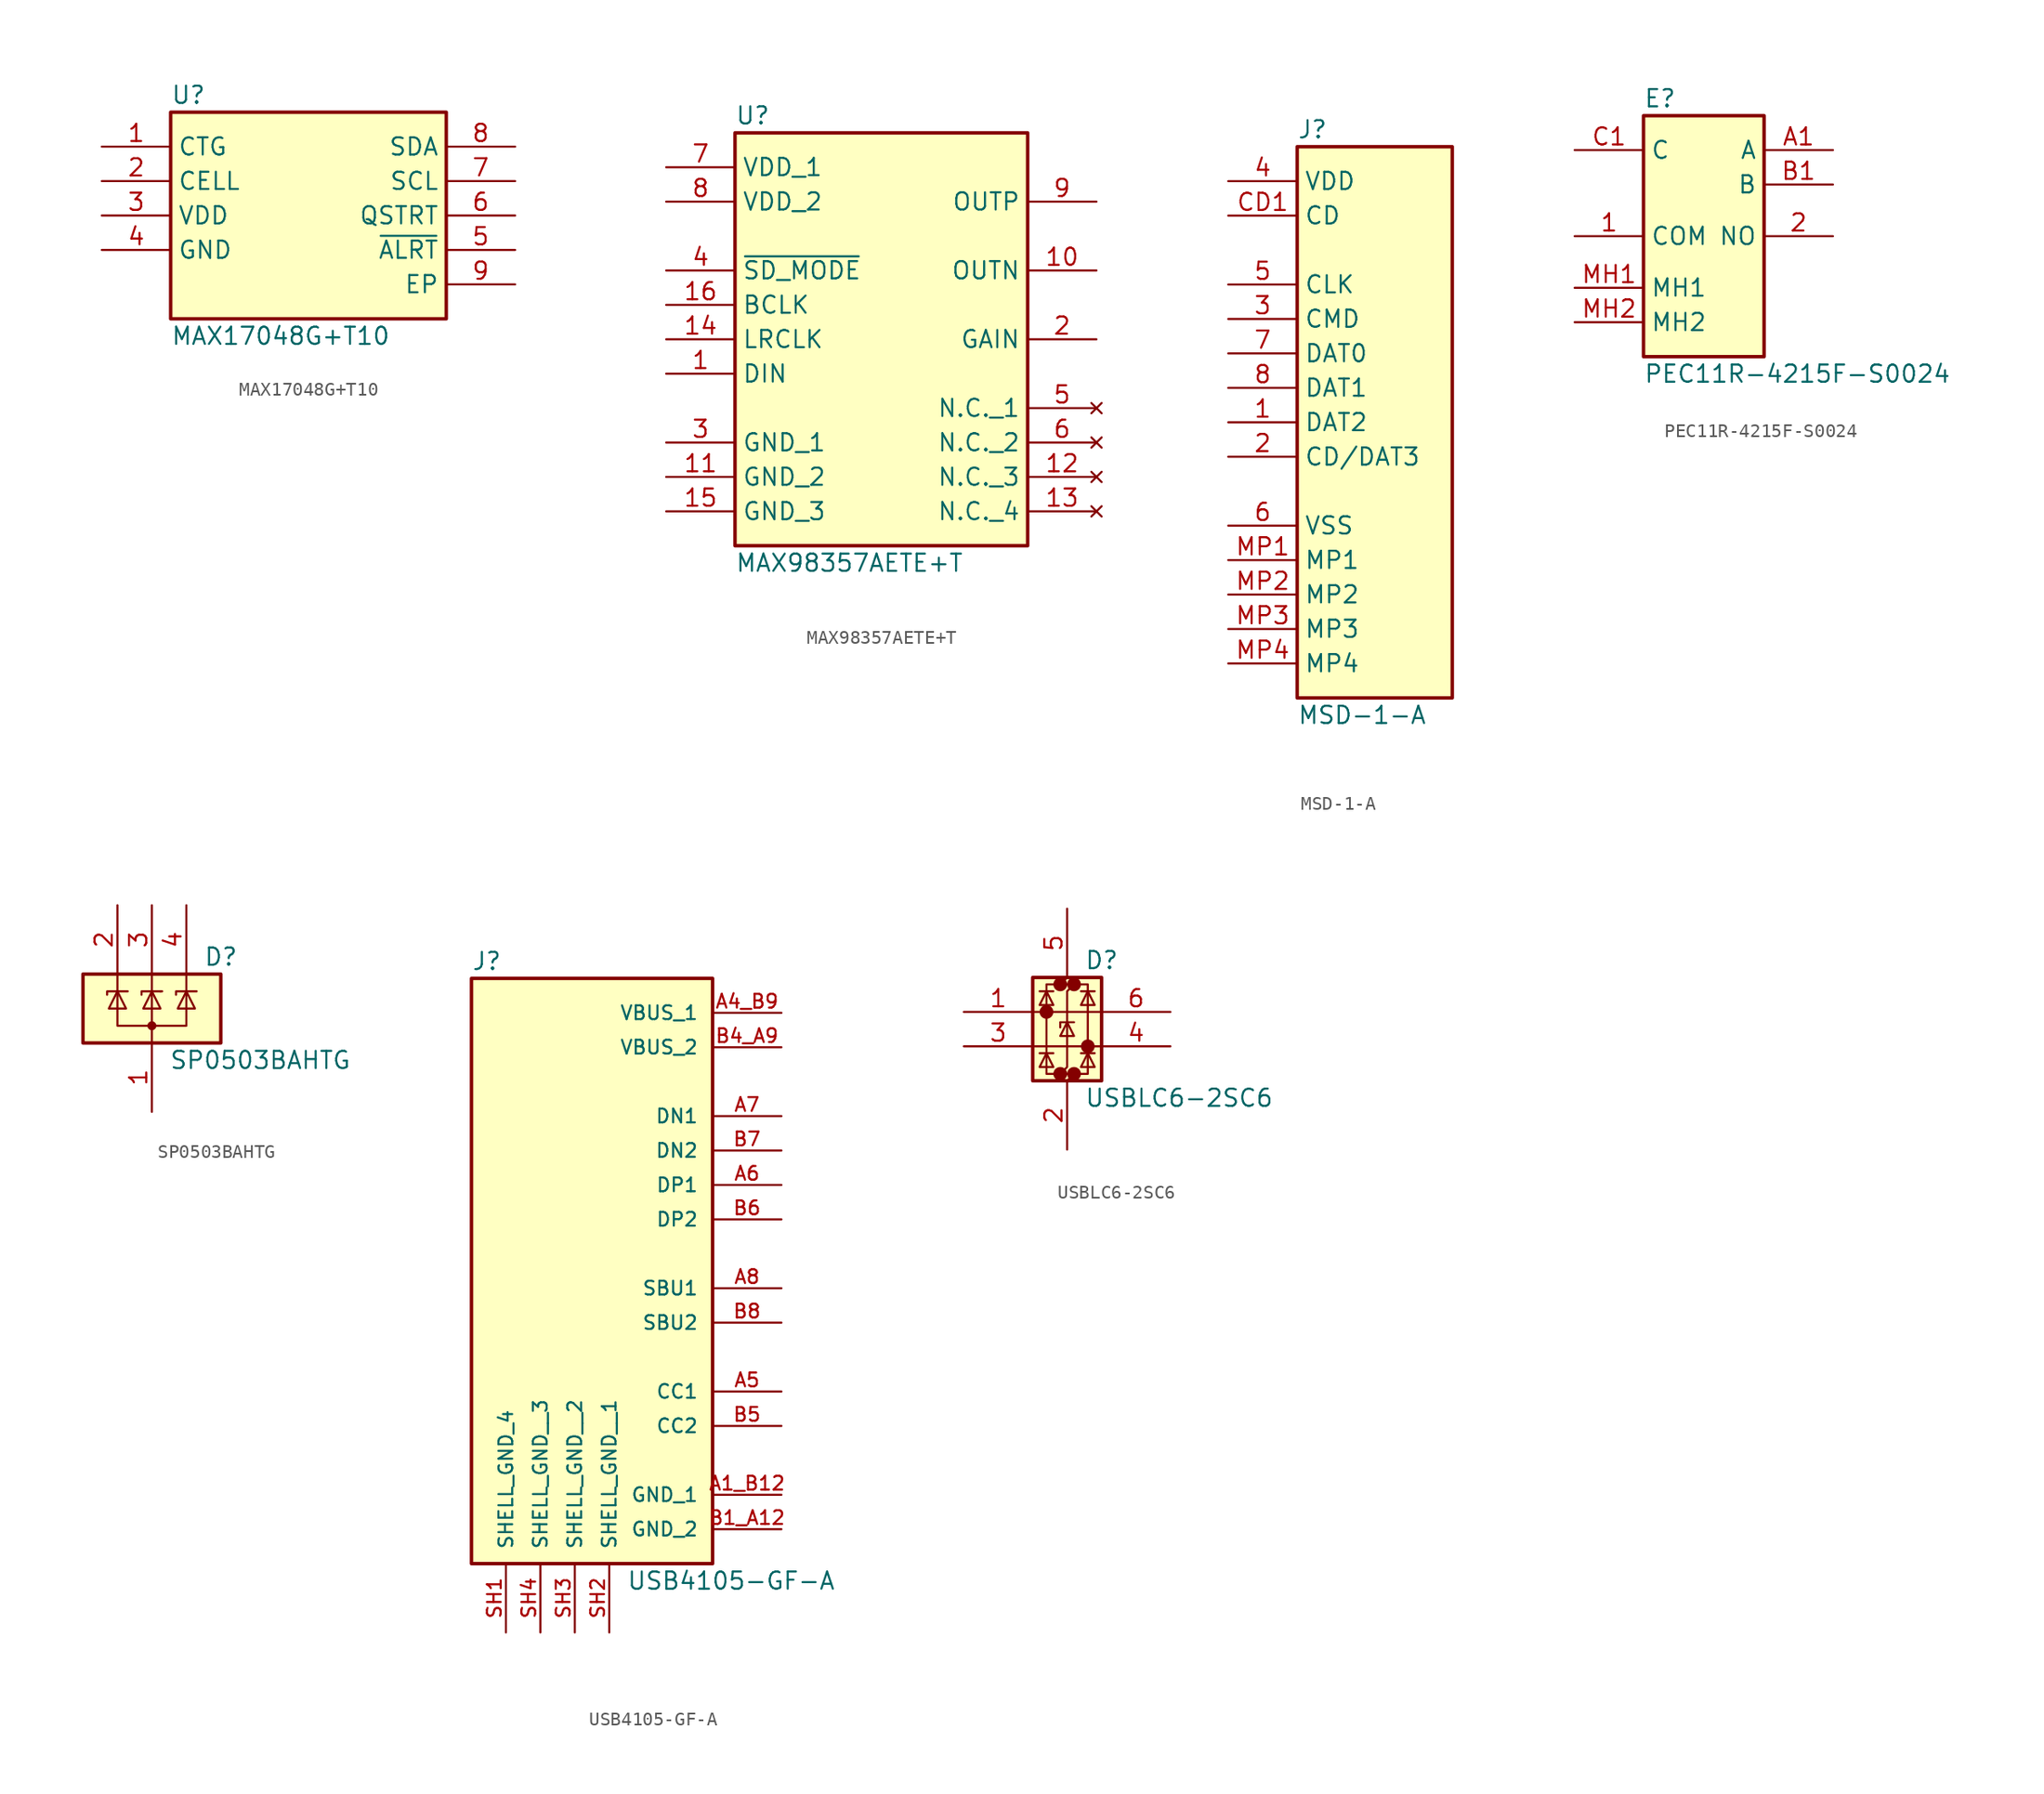
<source format=kicad_sym>
(kicad_symbol_lib
  (version 20231120)
  (generator "kicad_symbol_editor")
  (generator_version "8.0")
  (symbol "MAX17048G+T10"
    (property "Reference" "U"
      (at 0 1.27 0)
      (do_not_autoplace)
      (effects (font (size 1.27 1.27)) (justify left)))
    (property "Value" "MAX17048G+T10"
      (at 0 -16.51 0)
      (do_not_autoplace)
      (effects (font (size 1.27 1.27)) (justify left)))
    (symbol "MAX17048G+T10_1_1"
      (rectangle (start 0 0) (end 20.32 -15.24) (stroke (width 0.254) (type default)) (fill (type background)))
      (pin unspecified line (at -5.08 -2.54 0) (length 5.08) (name "CTG" (effects (font (size 1.27 1.27)))) (number "1" (effects (font (size 1.27 1.27)))))
      (pin unspecified line (at -5.08 -5.08 0) (length 5.08) (name "CELL" (effects (font (size 1.27 1.27)))) (number "2" (effects (font (size 1.27 1.27)))))
      (pin unspecified line (at -5.08 -7.62 0) (length 5.08) (name "VDD" (effects (font (size 1.27 1.27)))) (number "3" (effects (font (size 1.27 1.27)))))
      (pin unspecified line (at -5.08 -10.16 0) (length 5.08) (name "GND" (effects (font (size 1.27 1.27)))) (number "4" (effects (font (size 1.27 1.27)))))
      (pin unspecified line (at 25.4 -10.16 180) (length 5.08) (name "~{ALRT}" (effects (font (size 1.27 1.27)))) (number "5" (effects (font (size 1.27 1.27)))))
      (pin unspecified line (at 25.4 -7.62 180) (length 5.08) (name "QSTRT" (effects (font (size 1.27 1.27)))) (number "6" (effects (font (size 1.27 1.27)))))
      (pin unspecified line (at 25.4 -5.08 180) (length 5.08) (name "SCL" (effects (font (size 1.27 1.27)))) (number "7" (effects (font (size 1.27 1.27)))))
      (pin unspecified line (at 25.4 -2.54 180) (length 5.08) (name "SDA" (effects (font (size 1.27 1.27)))) (number "8" (effects (font (size 1.27 1.27)))))
      (pin unspecified line (at 25.4 -12.7 180) (length 5.08) (name "EP" (effects (font (size 1.27 1.27)))) (number "9" (effects (font (size 1.27 1.27)))))))
  (symbol "MAX98357AETE+T"
    (property "Reference" "U"
      (at 0 1.27 0)
      (do_not_autoplace)
      (effects (font (size 1.27 1.27)) (justify left)))
    (property "Value" "MAX98357AETE+T"
      (at 0 -31.75 0)
      (do_not_autoplace)
      (effects (font (size 1.27 1.27)) (justify left)))
    (symbol "MAX98357AETE+T_1_1"
      (rectangle (start 0 0) (end 21.59 -30.48) (stroke (width 0.254) (type default)) (fill (type background)))
      (pin unspecified line (at -5.08 -17.78 0) (length 5.08) (name "DIN" (effects (font (size 1.27 1.27)))) (number "1" (effects (font (size 1.27 1.27)))))
      (pin unspecified line (at 26.67 -10.16 180) (length 5.08) (name "OUTN" (effects (font (size 1.27 1.27)))) (number "10" (effects (font (size 1.27 1.27)))))
      (pin unspecified line (at -5.08 -25.4 0) (length 5.08) (name "GND_2" (effects (font (size 1.27 1.27)))) (number "11" (effects (font (size 1.27 1.27)))))
      (pin no_connect line (at 26.67 -25.4 180) (length 5.08) (name "N.C._3" (effects (font (size 1.27 1.27)))) (number "12" (effects (font (size 1.27 1.27)))))
      (pin no_connect line (at 26.67 -27.94 180) (length 5.08) (name "N.C._4" (effects (font (size 1.27 1.27)))) (number "13" (effects (font (size 1.27 1.27)))))
      (pin unspecified line (at -5.08 -15.24 0) (length 5.08) (name "LRCLK" (effects (font (size 1.27 1.27)))) (number "14" (effects (font (size 1.27 1.27)))))
      (pin unspecified line (at -5.08 -27.94 0) (length 5.08) (name "GND_3" (effects (font (size 1.27 1.27)))) (number "15" (effects (font (size 1.27 1.27)))))
      (pin unspecified line (at -5.08 -12.7 0) (length 5.08) (name "BCLK" (effects (font (size 1.27 1.27)))) (number "16" (effects (font (size 1.27 1.27)))))
      (pin unspecified line (at 26.67 -15.24 180) (length 5.08) (name "GAIN" (effects (font (size 1.27 1.27)))) (number "2" (effects (font (size 1.27 1.27)))))
      (pin unspecified line (at -5.08 -22.86 0) (length 5.08) (name "GND_1" (effects (font (size 1.27 1.27)))) (number "3" (effects (font (size 1.27 1.27)))))
      (pin unspecified line (at -5.08 -10.16 0) (length 5.08) (name "~{SD_MODE}" (effects (font (size 1.27 1.27)))) (number "4" (effects (font (size 1.27 1.27)))))
      (pin no_connect line (at 26.67 -20.32 180) (length 5.08) (name "N.C._1" (effects (font (size 1.27 1.27)))) (number "5" (effects (font (size 1.27 1.27)))))
      (pin no_connect line (at 26.67 -22.86 180) (length 5.08) (name "N.C._2" (effects (font (size 1.27 1.27)))) (number "6" (effects (font (size 1.27 1.27)))))
      (pin unspecified line (at -5.08 -2.54 0) (length 5.08) (name "VDD_1" (effects (font (size 1.27 1.27)))) (number "7" (effects (font (size 1.27 1.27)))))
      (pin unspecified line (at -5.08 -5.08 0) (length 5.08) (name "VDD_2" (effects (font (size 1.27 1.27)))) (number "8" (effects (font (size 1.27 1.27)))))
      (pin unspecified line (at 26.67 -5.08 180) (length 5.08) (name "OUTP" (effects (font (size 1.27 1.27)))) (number "9" (effects (font (size 1.27 1.27)))))))
  (symbol "MSD-1-A"
    (property "Reference" "J"
      (at 0 1.27 0)
      (do_not_autoplace)
      (effects (font (size 1.27 1.27)) (justify left)))
    (property "Value" "MSD-1-A"
      (at 0 -41.91 0)
      (do_not_autoplace)
      (effects (font (size 1.27 1.27)) (justify left)))
    (symbol "MSD-1-A_1_1"
      (rectangle (start 0 0) (end 11.43 -40.64) (stroke (width 0.254) (type default)) (fill (type background)))
      (pin unspecified line (at -5.08 -20.32 0) (length 5.08) (name "DAT2" (effects (font (size 1.27 1.27)))) (number "1" (effects (font (size 1.27 1.27)))))
      (pin unspecified line (at -5.08 -22.86 0) (length 5.08) (name "CD/DAT3" (effects (font (size 1.27 1.27)))) (number "2" (effects (font (size 1.27 1.27)))))
      (pin unspecified line (at -5.08 -12.7 0) (length 5.08) (name "CMD" (effects (font (size 1.27 1.27)))) (number "3" (effects (font (size 1.27 1.27)))))
      (pin unspecified line (at -5.08 -2.54 0) (length 5.08) (name "VDD" (effects (font (size 1.27 1.27)))) (number "4" (effects (font (size 1.27 1.27)))))
      (pin unspecified line (at -5.08 -10.16 0) (length 5.08) (name "CLK" (effects (font (size 1.27 1.27)))) (number "5" (effects (font (size 1.27 1.27)))))
      (pin unspecified line (at -5.08 -27.94 0) (length 5.08) (name "VSS" (effects (font (size 1.27 1.27)))) (number "6" (effects (font (size 1.27 1.27)))))
      (pin unspecified line (at -5.08 -15.24 0) (length 5.08) (name "DAT0" (effects (font (size 1.27 1.27)))) (number "7" (effects (font (size 1.27 1.27)))))
      (pin unspecified line (at -5.08 -17.78 0) (length 5.08) (name "DAT1" (effects (font (size 1.27 1.27)))) (number "8" (effects (font (size 1.27 1.27)))))
      (pin unspecified line (at -5.08 -5.08 0) (length 5.08) (name "CD" (effects (font (size 1.27 1.27)))) (number "CD1" (effects (font (size 1.27 1.27)))))
      (pin unspecified line (at -5.08 -30.48 0) (length 5.08) (name "MP1" (effects (font (size 1.27 1.27)))) (number "MP1" (effects (font (size 1.27 1.27)))))
      (pin unspecified line (at -5.08 -33.02 0) (length 5.08) (name "MP2" (effects (font (size 1.27 1.27)))) (number "MP2" (effects (font (size 1.27 1.27)))))
      (pin unspecified line (at -5.08 -35.56 0) (length 5.08) (name "MP3" (effects (font (size 1.27 1.27)))) (number "MP3" (effects (font (size 1.27 1.27)))))
      (pin unspecified line (at -5.08 -38.1 0) (length 5.08) (name "MP4" (effects (font (size 1.27 1.27)))) (number "MP4" (effects (font (size 1.27 1.27)))))))
  (symbol "PEC11R-4215F-S0024"
    (property "Reference" "E"
      (at 0 1.27 0)
      (do_not_autoplace)
      (effects (font (size 1.27 1.27)) (justify left)))
    (property "Value" "PEC11R-4215F-S0024"
      (at 0 -19.05 0)
      (do_not_autoplace)
      (effects (font (size 1.27 1.27)) (justify left)))
    (symbol "PEC11R-4215F-S0024_1_1"
      (rectangle (start 0 0) (end 8.89 -17.78) (stroke (width 0.254) (type default)) (fill (type background)))
      (pin unspecified line (at -5.08 -8.89 0) (length 5.08) (name "COM" (effects (font (size 1.27 1.27)))) (number "1" (effects (font (size 1.27 1.27)))))
      (pin unspecified line (at 13.97 -8.89 180) (length 5.08) (name "NO" (effects (font (size 1.27 1.27)))) (number "2" (effects (font (size 1.27 1.27)))))
      (pin unspecified line (at 13.97 -2.54 180) (length 5.08) (name "A" (effects (font (size 1.27 1.27)))) (number "A1" (effects (font (size 1.27 1.27)))))
      (pin unspecified line (at 13.97 -5.08 180) (length 5.08) (name "B" (effects (font (size 1.27 1.27)))) (number "B1" (effects (font (size 1.27 1.27)))))
      (pin unspecified line (at -5.08 -2.54 0) (length 5.08) (name "C" (effects (font (size 1.27 1.27)))) (number "C1" (effects (font (size 1.27 1.27)))))
      (pin unspecified line (at -5.08 -12.7 0) (length 5.08) (name "MH1" (effects (font (size 1.27 1.27)))) (number "MH1" (effects (font (size 1.27 1.27)))))
      (pin unspecified line (at -5.08 -15.24 0) (length 5.08) (name "MH2" (effects (font (size 1.27 1.27)))) (number "MH2" (effects (font (size 1.27 1.27)))))))
  (symbol "SP0503BAHTG"
    (pin_names
      (offset 0.762) hide)
    (property "Reference" "D"
      (at 8.89 1.27 0)
      (do_not_autoplace)
      (effects (font (size 1.27 1.27)) (justify left)))
    (property "Value" "SP0503BAHTG"
      (at 6.35 -6.35 0)
      (do_not_autoplace)
      (effects (font (size 1.27 1.27)) (justify left)))
    (symbol "SP0503BAHTG_0_0"
      (pin unspecified line (at 5.08 -10.16 90) (length 5.08) (name "A" (effects (font (size 1.27 1.27)))) (number "1" (effects (font (size 1.27 1.27))))))
    (symbol "SP0503BAHTG_0_1"
      (polyline (pts (xy 2.54 0) (xy 2.54 -1.27)) (stroke (width 0) (type default)) (fill (type none)))
      (polyline (pts (xy 5.08 -3.81) (xy 5.08 -5.08)) (stroke (width 0) (type default)) (fill (type none)))
      (polyline (pts (xy 5.08 -3.81) (xy 5.08 -1.27)) (stroke (width 0) (type default)) (fill (type none)))
      (polyline (pts (xy 5.08 0) (xy 5.08 -1.27)) (stroke (width 0) (type default)) (fill (type none)))
      (polyline (pts (xy 5.715 -1.27) (xy 5.842 -1.27)) (stroke (width 0) (type default)) (fill (type none)))
      (polyline (pts (xy 7.62 0) (xy 7.62 -1.27)) (stroke (width 0) (type default)) (fill (type none)))
      (polyline (pts (xy 5.715 -1.27) (xy 4.318 -1.27) (xy 4.318 -1.524)) (stroke (width 0) (type default)) (fill (type none)))
      (polyline (pts (xy 1.778 -1.524) (xy 1.778 -1.27) (xy 3.175 -1.27) (xy 3.302 -1.27)) (stroke (width 0) (type default)) (fill (type none)))
      (polyline (pts (xy 2.54 -1.27) (xy 2.54 -3.81) (xy 7.62 -3.81) (xy 7.62 -1.27)) (stroke (width 0) (type default)) (fill (type none)))
      (polyline (pts (xy 2.54 -1.27) (xy 3.175 -2.54) (xy 1.905 -2.54) (xy 2.54 -1.27)) (stroke (width 0) (type default)) (fill (type none)))
      (polyline (pts (xy 5.715 -2.54) (xy 4.445 -2.54) (xy 5.08 -1.27) (xy 5.715 -2.54)) (stroke (width 0) (type default)) (fill (type none)))
      (polyline (pts (xy 6.858 -1.524) (xy 6.858 -1.27) (xy 8.255 -1.27) (xy 8.382 -1.27)) (stroke (width 0) (type default)) (fill (type none)))
      (polyline (pts (xy 7.62 -1.27) (xy 6.985 -2.54) (xy 8.255 -2.54) (xy 7.62 -1.27)) (stroke (width 0) (type default)) (fill (type none)))
      (rectangle (start 0 0) (end 10.16 -5.08) (stroke (width 0.254) (type default)) (fill (type background)))
      (circle (center 5.08 -3.81) (radius 0.254) (stroke (width 0) (type default)) (fill (type outline))))
    (symbol "SP0503BAHTG_1_1"
      (pin unspecified line (at 2.54 5.08 270) (length 5.08) (name "K" (effects (font (size 1.27 1.27)))) (number "2" (effects (font (size 1.27 1.27)))))
      (pin unspecified line (at 5.08 5.08 270) (length 5.08) (name "K" (effects (font (size 1.27 1.27)))) (number "3" (effects (font (size 1.27 1.27)))))
      (pin unspecified line (at 7.62 5.08 270) (length 5.08) (name "K" (effects (font (size 1.27 1.27)))) (number "4" (effects (font (size 1.27 1.27)))))))
  (symbol "USB4105-GF-A"
    (pin_names
      (offset 1.016))
    (property "Reference" "J"
      (at 0 1.27 0)
      (do_not_autoplace)
      (effects (font (size 1.27 1.27)) (justify left)))
    (property "Value" "USB4105-GF-A"
      (at 11.43 -44.45 0)
      (do_not_autoplace)
      (effects (font (size 1.27 1.27)) (justify left)))
    (symbol "USB4105-GF-A_0_0"
      (rectangle (start 0 0) (end 17.78 -43.18) (stroke (width 0.254) (type default)) (fill (type background)))
      (pin unspecified line (at 22.86 -30.48 180) (length 5.08) (name "CC1" (effects (font (size 1.016 1.016)))) (number "A5" (effects (font (size 1.016 1.016)))))
      (pin unspecified line (at 22.86 -15.24 180) (length 5.08) (name "DP1" (effects (font (size 1.016 1.016)))) (number "A6" (effects (font (size 1.016 1.016)))))
      (pin unspecified line (at 22.86 -10.16 180) (length 5.08) (name "DN1" (effects (font (size 1.016 1.016)))) (number "A7" (effects (font (size 1.016 1.016)))))
      (pin unspecified line (at 22.86 -22.86 180) (length 5.08) (name "SBU1" (effects (font (size 1.016 1.016)))) (number "A8" (effects (font (size 1.016 1.016)))))
      (pin unspecified line (at 22.86 -33.02 180) (length 5.08) (name "CC2" (effects (font (size 1.016 1.016)))) (number "B5" (effects (font (size 1.016 1.016)))))
      (pin unspecified line (at 22.86 -17.78 180) (length 5.08) (name "DP2" (effects (font (size 1.016 1.016)))) (number "B6" (effects (font (size 1.016 1.016)))))
      (pin unspecified line (at 22.86 -12.7 180) (length 5.08) (name "DN2" (effects (font (size 1.016 1.016)))) (number "B7" (effects (font (size 1.016 1.016)))))
      (pin unspecified line (at 22.86 -25.4 180) (length 5.08) (name "SBU2" (effects (font (size 1.016 1.016)))) (number "B8" (effects (font (size 1.016 1.016)))))
      (pin unspecified line (at 10.16 -48.26 90) (length 5.08) (name "SHELL_GND__1" (effects (font (size 1.016 1.016)))) (number "SH2" (effects (font (size 1.016 1.016)))))
      (pin unspecified line (at 7.62 -48.26 90) (length 5.08) (name "SHELL_GND__2" (effects (font (size 1.016 1.016)))) (number "SH3" (effects (font (size 1.016 1.016)))))
      (pin unspecified line (at 5.08 -48.26 90) (length 5.08) (name "SHELL_GND__3" (effects (font (size 1.016 1.016)))) (number "SH4" (effects (font (size 1.016 1.016))))))
    (symbol "USB4105-GF-A_1_0"
      (pin unspecified line (at 22.86 -38.1 180) (length 5.08) (name "GND_1" (effects (font (size 1.016 1.016)))) (number "A1_B12" (effects (font (size 1.016 1.016)))))
      (pin unspecified line (at 22.86 -2.54 180) (length 5.08) (name "VBUS_1" (effects (font (size 1.016 1.016)))) (number "A4_B9" (effects (font (size 1.016 1.016)))))
      (pin unspecified line (at 22.86 -40.64 180) (length 5.08) (name "GND_2" (effects (font (size 1.016 1.016)))) (number "B1_A12" (effects (font (size 1.016 1.016)))))
      (pin unspecified line (at 22.86 -5.08 180) (length 5.08) (name "VBUS_2" (effects (font (size 1.016 1.016)))) (number "B4_A9" (effects (font (size 1.016 1.016)))))
      (pin unspecified line (at 2.54 -48.26 90) (length 5.08) (name "SHELL_GND_4" (effects (font (size 1.016 1.016)))) (number "SH1" (effects (font (size 1.016 1.016)))))))
  (symbol "USBLC6-2SC6"
    (property "Reference" "D"
      (at 3.81 1.27 0)
      (effects (font (size 1.27 1.27)) (justify left)))
    (property "Value" "USBLC6-2SC6"
      (at 3.81 -8.89 0)
      (effects (font (size 1.27 1.27)) (justify left)))
    (symbol "USBLC6-2SC6_0_0"
      (circle (center 1.016 -2.54) (radius 0.0001) (stroke (width 0.508) (type default)) (fill (type none)))
      (circle (center 2.032 -7.112) (radius 0.0001) (stroke (width 0.508) (type default)) (fill (type none)))
      (circle (center 2.032 -0.508) (radius 0.0001) (stroke (width 0.508) (type default)) (fill (type none)))
      (circle (center 3.048 -7.112) (radius 0.0001) (stroke (width 0.508) (type default)) (fill (type none)))
      (circle (center 3.048 -0.508) (radius 0.0001) (stroke (width 0.508) (type default)) (fill (type none)))
      (circle (center 4.064 -5.08) (radius 0.0001) (stroke (width 0.508) (type default)) (fill (type none))))
    (symbol "USBLC6-2SC6_0_1"
      (polyline (pts (xy 0 -5.08) (xy 5.08 -5.08)) (stroke (width 0) (type default)) (fill (type none)))
      (polyline (pts (xy 0 -2.54) (xy 5.08 -2.54)) (stroke (width 0) (type default)) (fill (type none)))
      (polyline (pts (xy 0.508 -5.588) (xy 1.524 -5.588)) (stroke (width 0) (type default)) (fill (type none)))
      (polyline (pts (xy 1.524 -1.016) (xy 0.508 -1.016)) (stroke (width 0) (type default)) (fill (type none)))
      (polyline (pts (xy 3.556 -5.588) (xy 4.572 -5.588)) (stroke (width 0) (type default)) (fill (type none)))
      (polyline (pts (xy 3.556 -1.016) (xy 4.572 -1.016)) (stroke (width 0) (type default)) (fill (type none)))
      (polyline (pts (xy 2.032 -3.683) (xy 2.032 -3.302) (xy 3.048 -3.302)) (stroke (width 0) (type default)) (fill (type none)))
      (polyline (pts (xy 0.508 -2.032) (xy 1.524 -2.032) (xy 1.016 -1.016) (xy 0.508 -2.032)) (stroke (width 0) (type default)) (fill (type none)))
      (polyline (pts (xy 1.524 -6.604) (xy 0.508 -6.604) (xy 1.016 -5.588) (xy 1.524 -6.604)) (stroke (width 0) (type default)) (fill (type none)))
      (polyline (pts (xy 3.048 -4.318) (xy 2.032 -4.318) (xy 2.54 -3.302) (xy 3.048 -4.318)) (stroke (width 0) (type default)) (fill (type none)))
      (polyline (pts (xy 4.572 -6.604) (xy 3.556 -6.604) (xy 4.064 -5.588) (xy 4.572 -6.604)) (stroke (width 0) (type default)) (fill (type none)))
      (polyline (pts (xy 4.572 -2.032) (xy 3.556 -2.032) (xy 4.064 -1.016) (xy 4.572 -2.032)) (stroke (width 0) (type default)) (fill (type none)))
      (polyline (pts (xy 2.54 0) (xy 2.032 -0.508) (xy 3.048 -0.508) (xy 2.54 -1.016) (xy 2.54 -6.604) (xy 2.032 -7.112) (xy 3.048 -7.112) (xy 2.54 -7.62)) (stroke (width 0) (type default)) (fill (type none))))
    (symbol "USBLC6-2SC6_1_1"
      (polyline (pts (xy 2.032 -0.508) (xy 1.016 -0.508) (xy 1.016 -7.112) (xy 2.032 -7.112)) (stroke (width 0) (type default)) (fill (type none)))
      (polyline (pts (xy 3.048 -7.112) (xy 4.064 -7.112) (xy 4.064 -0.508) (xy 3.048 -0.508)) (stroke (width 0) (type default)) (fill (type none)))
      (rectangle (start 0 0) (end 5.08 -7.62) (stroke (width 0.254) (type default)) (fill (type background)))
      (pin unspecified line (at -5.08 -2.54 0) (length 5.08) (name "~" (effects (font (size 1.27 1.27)))) (number "1" (effects (font (size 1.27 1.27)))))
      (pin unspecified line (at 2.54 -12.7 90) (length 5.08) (name "~" (effects (font (size 1.27 1.27)))) (number "2" (effects (font (size 1.27 1.27)))))
      (pin unspecified line (at -5.08 -5.08 0) (length 5.08) (name "~" (effects (font (size 1.27 1.27)))) (number "3" (effects (font (size 1.27 1.27)))))
      (pin unspecified line (at 10.16 -5.08 180) (length 5.08) (name "~" (effects (font (size 1.27 1.27)))) (number "4" (effects (font (size 1.27 1.27)))))
      (pin unspecified line (at 2.54 5.08 270) (length 5.08) (name "~" (effects (font (size 1.27 1.27)))) (number "5" (effects (font (size 1.27 1.27)))))
      (pin unspecified line (at 10.16 -2.54 180) (length 5.08) (name "~" (effects (font (size 1.27 1.27)))) (number "6" (effects (font (size 1.27 1.27))))))))
</source>
